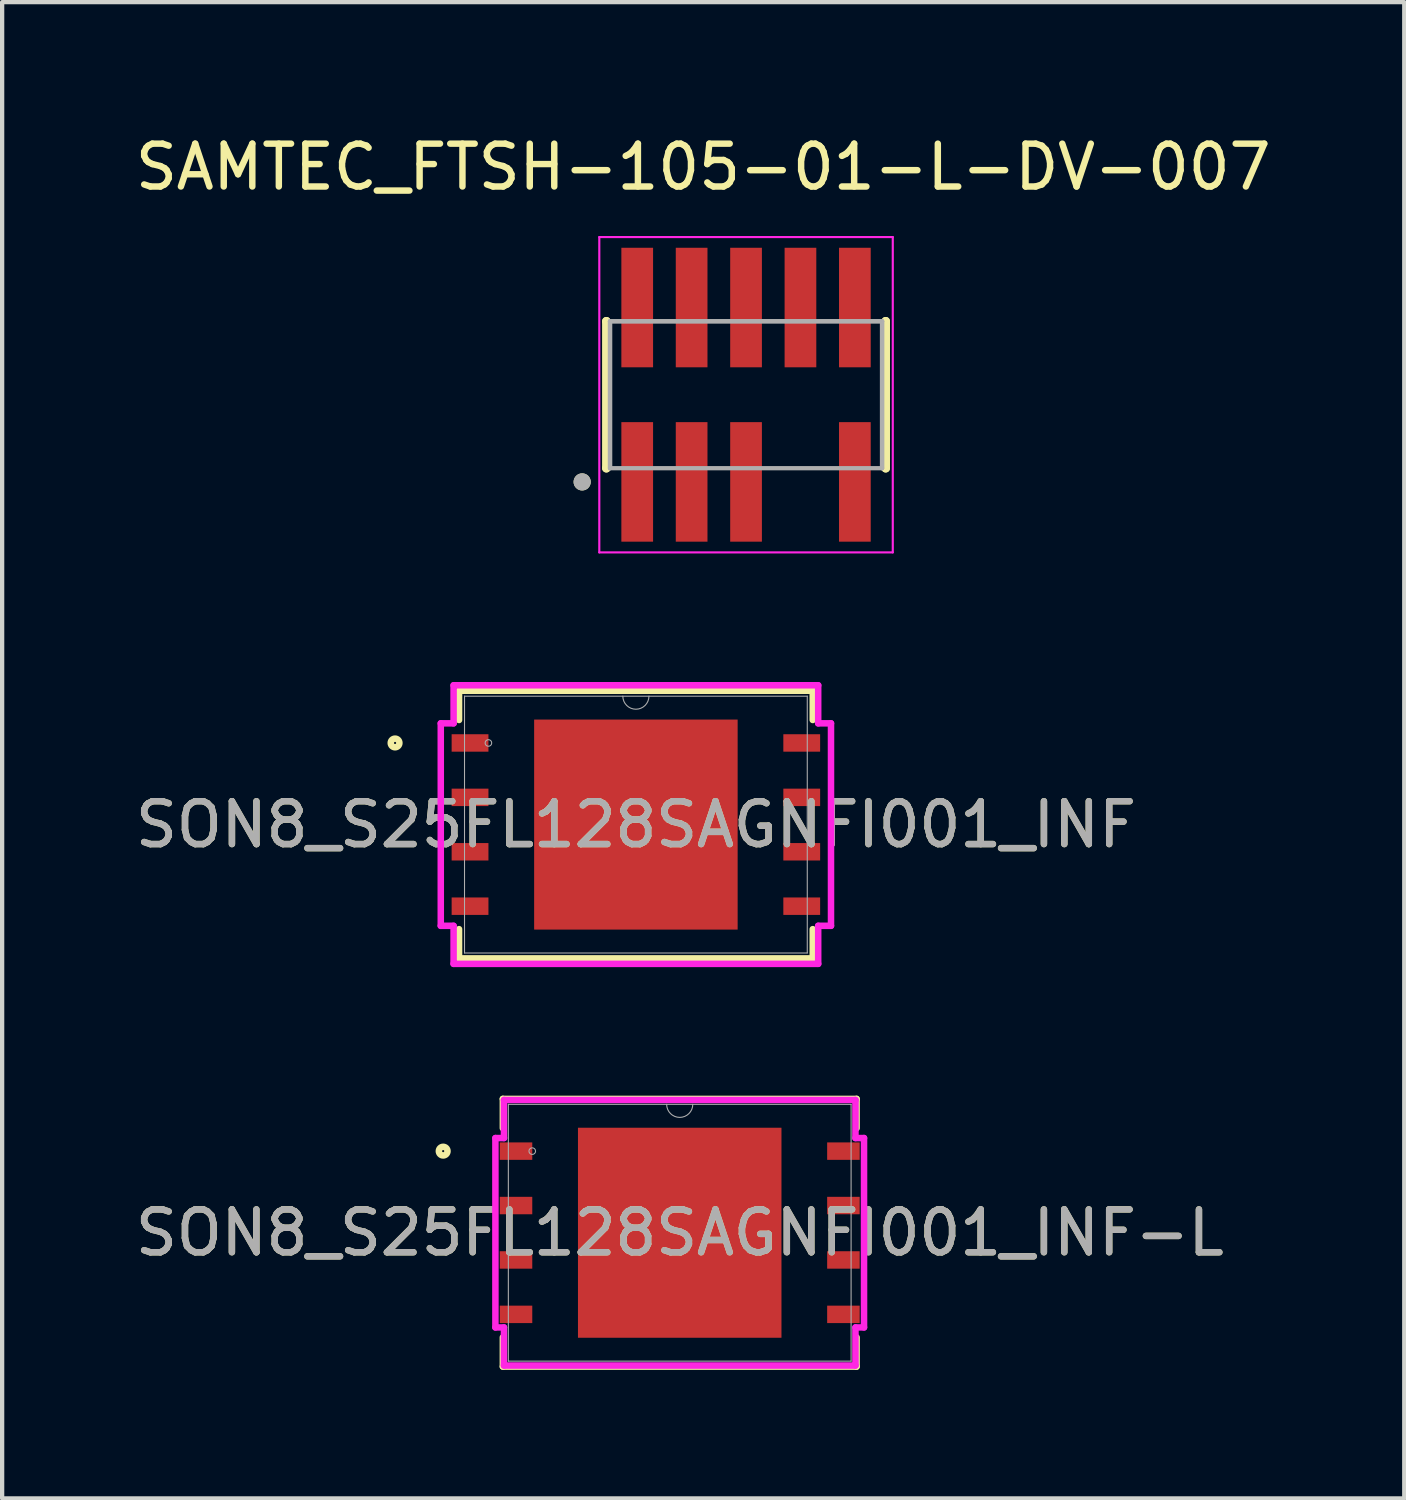
<source format=kicad_pcb>
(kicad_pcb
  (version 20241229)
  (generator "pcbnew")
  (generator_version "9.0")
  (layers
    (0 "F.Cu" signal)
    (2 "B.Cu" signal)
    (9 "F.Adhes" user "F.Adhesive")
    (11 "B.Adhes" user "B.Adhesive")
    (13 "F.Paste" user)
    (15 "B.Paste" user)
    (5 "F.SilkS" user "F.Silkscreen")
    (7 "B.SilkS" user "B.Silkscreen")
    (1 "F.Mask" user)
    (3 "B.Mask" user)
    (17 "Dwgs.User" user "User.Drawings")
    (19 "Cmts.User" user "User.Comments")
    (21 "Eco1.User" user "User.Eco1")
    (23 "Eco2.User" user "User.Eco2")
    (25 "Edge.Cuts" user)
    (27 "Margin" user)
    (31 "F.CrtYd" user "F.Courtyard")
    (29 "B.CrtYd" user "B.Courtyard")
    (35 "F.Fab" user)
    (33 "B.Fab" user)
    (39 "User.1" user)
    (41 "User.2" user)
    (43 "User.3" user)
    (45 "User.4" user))
  (footprint "SON8_S25FL128SAGNFI001_INF"
    (layer "F.Cu")
    (at 11.792 16.196)
    (property "Reference" "SON8_S25FL128SAGNFI001_INF" (at 0 0 0) (unlocked yes) (layer "F.SilkS") (effects (font (size 1 1) (thickness 0.15))))
    (attr smd)
    (fp_line (start -4.128 -3.124) (end -4.128 -2.441) (stroke (width 0.152) (type solid)) (layer "F.SilkS"))
    (fp_line (start -4.128 2.441) (end -4.128 3.124) (stroke (width 0.152) (type solid)) (layer "F.SilkS"))
    (fp_line (start -4.128 3.124) (end 4.128 3.124) (stroke (width 0.152) (type solid)) (layer "F.SilkS"))
    (fp_line (start 4.128 -3.124) (end -4.128 -3.124) (stroke (width 0.152) (type solid)) (layer "F.SilkS"))
    (fp_line (start 4.128 -2.441) (end 4.128 -3.124) (stroke (width 0.152) (type solid)) (layer "F.SilkS"))
    (fp_line (start 4.128 3.124) (end 4.128 2.441) (stroke (width 0.152) (type solid)) (layer "F.SilkS"))
    (fp_circle (center -5.621 -1.905) (end -5.52 -1.905) (stroke (width 0.152) (type solid)) (fill no) (layer "F.SilkS"))
    (fp_poly (pts (xy -2.275 -2.351) (xy -2.275 -0.917) (xy -0.892 -0.917) (xy -0.892 -2.351)) (stroke (width 0) (type solid)) (fill yes) (layer "F.Paste"))
    (fp_poly (pts (xy -2.275 -0.717) (xy -2.275 0.717) (xy -0.892 0.717) (xy -0.892 -0.717)) (stroke (width 0) (type solid)) (fill yes) (layer "F.Paste"))
    (fp_poly (pts (xy -2.275 0.917) (xy -2.275 2.351) (xy -0.892 2.351) (xy -0.892 0.917)) (stroke (width 0) (type solid)) (fill yes) (layer "F.Paste"))
    (fp_poly (pts (xy -0.692 -2.351) (xy -0.692 -0.917) (xy 0.692 -0.917) (xy 0.692 -2.351)) (stroke (width 0) (type solid)) (fill yes) (layer "F.Paste"))
    (fp_poly (pts (xy -0.692 -0.717) (xy -0.692 0.717) (xy 0.692 0.717) (xy 0.692 -0.717)) (stroke (width 0) (type solid)) (fill yes) (layer "F.Paste"))
    (fp_poly (pts (xy -0.692 0.917) (xy -0.692 2.351) (xy 0.692 2.351) (xy 0.692 0.917)) (stroke (width 0) (type solid)) (fill yes) (layer "F.Paste"))
    (fp_poly (pts (xy 0.892 -2.351) (xy 0.892 -0.917) (xy 2.275 -0.917) (xy 2.275 -2.351)) (stroke (width 0) (type solid)) (fill yes) (layer "F.Paste"))
    (fp_poly (pts (xy 0.892 -0.717) (xy 0.892 0.717) (xy 2.275 0.717) (xy 2.275 -0.717)) (stroke (width 0) (type solid)) (fill yes) (layer "F.Paste"))
    (fp_poly (pts (xy 0.892 0.917) (xy 0.892 2.351) (xy 2.275 2.351) (xy 2.275 0.917)) (stroke (width 0) (type solid)) (fill yes) (layer "F.Paste"))
    (fp_line (start -4.554 -2.363) (end -4.255 -2.363) (stroke (width 0.152) (type solid)) (layer "F.CrtYd"))
    (fp_line (start -4.554 2.363) (end -4.554 -2.363) (stroke (width 0.152) (type solid)) (layer "F.CrtYd"))
    (fp_line (start -4.554 2.363) (end -4.255 2.363) (stroke (width 0.152) (type solid)) (layer "F.CrtYd"))
    (fp_line (start -4.255 -3.251) (end 4.255 -3.251) (stroke (width 0.152) (type solid)) (layer "F.CrtYd"))
    (fp_line (start -4.255 -2.363) (end -4.255 -3.251) (stroke (width 0.152) (type solid)) (layer "F.CrtYd"))
    (fp_line (start -4.255 3.251) (end -4.255 2.363) (stroke (width 0.152) (type solid)) (layer "F.CrtYd"))
    (fp_line (start 4.255 -3.251) (end 4.255 -2.363) (stroke (width 0.152) (type solid)) (layer "F.CrtYd"))
    (fp_line (start 4.255 2.363) (end 4.255 3.251) (stroke (width 0.152) (type solid)) (layer "F.CrtYd"))
    (fp_line (start 4.255 3.251) (end -4.255 3.251) (stroke (width 0.152) (type solid)) (layer "F.CrtYd"))
    (fp_line (start 4.554 -2.363) (end 4.255 -2.363) (stroke (width 0.152) (type solid)) (layer "F.CrtYd"))
    (fp_line (start 4.554 -2.363) (end 4.554 2.363) (stroke (width 0.152) (type solid)) (layer "F.CrtYd"))
    (fp_line (start 4.554 2.363) (end 4.255 2.363) (stroke (width 0.152) (type solid)) (layer "F.CrtYd"))
    (fp_line (start -4 -2.997) (end -4 2.997) (stroke (width 0.025) (type solid)) (layer "F.Fab"))
    (fp_line (start -4 2.997) (end 4 2.997) (stroke (width 0.025) (type solid)) (layer "F.Fab"))
    (fp_line (start 4 -2.997) (end -4 -2.997) (stroke (width 0.025) (type solid)) (layer "F.Fab"))
    (fp_line (start 4 2.997) (end 4 -2.997) (stroke (width 0.025) (type solid)) (layer "F.Fab"))
    (fp_arc (start 0.3048 -2.9972) (mid 0 -2.6924) (end -0.3048 -2.9972) (stroke (width 0.0254) (type solid)) (layer "F.Fab"))
    (fp_circle (center -3.442 -1.905) (end -3.365 -1.905) (stroke (width 0.025) (type solid)) (fill no) (layer "F.Fab"))
    (fp_text user "${REFERENCE}" (at 0 0 0) (unlocked yes) (layer "F.Fab") (effects (font (size 1 1) (thickness 0.15))))
    (pad "1" smd rect (at -3.871 -1.905) (size 0.859 0.407) (layers "F.Cu" "F.Mask" "F.Paste"))
    (pad "2" smd rect (at -3.871 -0.635) (size 0.859 0.407) (layers "F.Cu" "F.Mask" "F.Paste"))
    (pad "3" smd rect (at -3.871 0.635) (size 0.859 0.407) (layers "F.Cu" "F.Mask" "F.Paste"))
    (pad "4" smd rect (at -3.871 1.905) (size 0.859 0.407) (layers "F.Cu" "F.Mask" "F.Paste"))
    (pad "5" smd rect (at 3.871 1.905) (size 0.859 0.407) (layers "F.Cu" "F.Mask" "F.Paste"))
    (pad "6" smd rect (at 3.871 0.635) (size 0.859 0.407) (layers "F.Cu" "F.Mask" "F.Paste"))
    (pad "7" smd rect (at 3.871 -0.635) (size 0.859 0.407) (layers "F.Cu" "F.Mask" "F.Paste"))
    (pad "8" smd rect (at 3.871 -1.905) (size 0.859 0.407) (layers "F.Cu" "F.Mask" "F.Paste"))
    (pad "9" smd rect (at 0 0) (size 4.75 4.902) (layers "F.Cu" "F.Mask" "F.Paste")))
  (footprint "SON8_S25FL128SAGNFI001_INF-L"
    (layer "F.Cu")
    (at 12.815 25.723)
    (property "Reference" "SON8_S25FL128SAGNFI001_INF-L" (at 0 0 0) (unlocked yes) (layer "F.SilkS") (effects (font (size 1 1) (thickness 0.15))))
    (attr smd)
    (fp_line (start -4.128 -3.124) (end -4.128 -2.441) (stroke (width 0.152) (type solid)) (layer "F.SilkS"))
    (fp_line (start -4.128 2.441) (end -4.128 3.124) (stroke (width 0.152) (type solid)) (layer "F.SilkS"))
    (fp_line (start -4.128 3.124) (end 4.128 3.124) (stroke (width 0.152) (type solid)) (layer "F.SilkS"))
    (fp_line (start 4.128 -3.124) (end -4.128 -3.124) (stroke (width 0.152) (type solid)) (layer "F.SilkS"))
    (fp_line (start 4.128 -2.441) (end 4.128 -3.124) (stroke (width 0.152) (type solid)) (layer "F.SilkS"))
    (fp_line (start 4.128 3.124) (end 4.128 2.441) (stroke (width 0.152) (type solid)) (layer "F.SilkS"))
    (fp_circle (center -5.521 -1.905) (end -5.42 -1.905) (stroke (width 0.152) (type solid)) (fill no) (layer "F.SilkS"))
    (fp_poly (pts (xy -2.275 -2.351) (xy -2.275 -0.917) (xy -0.892 -0.917) (xy -0.892 -2.351)) (stroke (width 0) (type solid)) (fill yes) (layer "F.Paste"))
    (fp_poly (pts (xy -2.275 -0.717) (xy -2.275 0.717) (xy -0.892 0.717) (xy -0.892 -0.717)) (stroke (width 0) (type solid)) (fill yes) (layer "F.Paste"))
    (fp_poly (pts (xy -2.275 0.917) (xy -2.275 2.351) (xy -0.892 2.351) (xy -0.892 0.917)) (stroke (width 0) (type solid)) (fill yes) (layer "F.Paste"))
    (fp_poly (pts (xy -0.692 -2.351) (xy -0.692 -0.917) (xy 0.692 -0.917) (xy 0.692 -2.351)) (stroke (width 0) (type solid)) (fill yes) (layer "F.Paste"))
    (fp_poly (pts (xy -0.692 -0.717) (xy -0.692 0.717) (xy 0.692 0.717) (xy 0.692 -0.717)) (stroke (width 0) (type solid)) (fill yes) (layer "F.Paste"))
    (fp_poly (pts (xy -0.692 0.917) (xy -0.692 2.351) (xy 0.692 2.351) (xy 0.692 0.917)) (stroke (width 0) (type solid)) (fill yes) (layer "F.Paste"))
    (fp_poly (pts (xy 0.892 -2.351) (xy 0.892 -0.917) (xy 2.275 -0.917) (xy 2.275 -2.351)) (stroke (width 0) (type solid)) (fill yes) (layer "F.Paste"))
    (fp_poly (pts (xy 0.892 -0.717) (xy 0.892 0.717) (xy 2.275 0.717) (xy 2.275 -0.717)) (stroke (width 0) (type solid)) (fill yes) (layer "F.Paste"))
    (fp_poly (pts (xy 0.892 0.917) (xy 0.892 2.351) (xy 2.275 2.351) (xy 2.275 0.917)) (stroke (width 0) (type solid)) (fill yes) (layer "F.Paste"))
    (fp_line (start -4.302 -2.21) (end -4.102 -2.21) (stroke (width 0.152) (type solid)) (layer "F.CrtYd"))
    (fp_line (start -4.302 2.21) (end -4.302 -2.21) (stroke (width 0.152) (type solid)) (layer "F.CrtYd"))
    (fp_line (start -4.302 2.21) (end -4.102 2.21) (stroke (width 0.152) (type solid)) (layer "F.CrtYd"))
    (fp_line (start -4.102 -3.099) (end 4.102 -3.099) (stroke (width 0.152) (type solid)) (layer "F.CrtYd"))
    (fp_line (start -4.102 -2.21) (end -4.102 -3.099) (stroke (width 0.152) (type solid)) (layer "F.CrtYd"))
    (fp_line (start -4.102 3.099) (end -4.102 2.21) (stroke (width 0.152) (type solid)) (layer "F.CrtYd"))
    (fp_line (start 4.102 -3.099) (end 4.102 -2.21) (stroke (width 0.152) (type solid)) (layer "F.CrtYd"))
    (fp_line (start 4.102 2.21) (end 4.102 3.099) (stroke (width 0.152) (type solid)) (layer "F.CrtYd"))
    (fp_line (start 4.102 3.099) (end -4.102 3.099) (stroke (width 0.152) (type solid)) (layer "F.CrtYd"))
    (fp_line (start 4.302 -2.21) (end 4.102 -2.21) (stroke (width 0.152) (type solid)) (layer "F.CrtYd"))
    (fp_line (start 4.302 -2.21) (end 4.302 2.21) (stroke (width 0.152) (type solid)) (layer "F.CrtYd"))
    (fp_line (start 4.302 2.21) (end 4.102 2.21) (stroke (width 0.152) (type solid)) (layer "F.CrtYd"))
    (fp_line (start -4 -2.997) (end -4 2.997) (stroke (width 0.025) (type solid)) (layer "F.Fab"))
    (fp_line (start -4 2.997) (end 4 2.997) (stroke (width 0.025) (type solid)) (layer "F.Fab"))
    (fp_line (start 4 -2.997) (end -4 -2.997) (stroke (width 0.025) (type solid)) (layer "F.Fab"))
    (fp_line (start 4 2.997) (end 4 -2.997) (stroke (width 0.025) (type solid)) (layer "F.Fab"))
    (fp_arc (start 0.3048 -2.9972) (mid 0 -2.6924) (end -0.3048 -2.9972) (stroke (width 0.0254) (type solid)) (layer "F.Fab"))
    (fp_circle (center -3.442 -1.905) (end -3.365 -1.905) (stroke (width 0.025) (type solid)) (fill no) (layer "F.Fab"))
    (fp_text user "${REFERENCE}" (at 0 0 0) (unlocked yes) (layer "F.Fab") (effects (font (size 1 1) (thickness 0.15))))
    (pad "1" smd rect (at -3.821 -1.905) (size 0.759 0.407) (layers "F.Cu" "F.Mask" "F.Paste"))
    (pad "2" smd rect (at -3.821 -0.635) (size 0.759 0.407) (layers "F.Cu" "F.Mask" "F.Paste"))
    (pad "3" smd rect (at -3.821 0.635) (size 0.759 0.407) (layers "F.Cu" "F.Mask" "F.Paste"))
    (pad "4" smd rect (at -3.821 1.905) (size 0.759 0.407) (layers "F.Cu" "F.Mask" "F.Paste"))
    (pad "5" smd rect (at 3.821 1.905) (size 0.759 0.407) (layers "F.Cu" "F.Mask" "F.Paste"))
    (pad "6" smd rect (at 3.821 0.635) (size 0.759 0.407) (layers "F.Cu" "F.Mask" "F.Paste"))
    (pad "7" smd rect (at 3.821 -0.635) (size 0.759 0.407) (layers "F.Cu" "F.Mask" "F.Paste"))
    (pad "8" smd rect (at 3.821 -1.905) (size 0.759 0.407) (layers "F.Cu" "F.Mask" "F.Paste"))
    (pad "9" smd rect (at 0 0) (size 4.75 4.902) (layers "F.Cu" "F.Mask" "F.Paste")))
  (footprint "SAMTEC_FTSH-105-01-L-DV-007"
    (layer "F.Cu")
    (at 14.363 6.163)
    (property "Reference" "SAMTEC_FTSH-105-01-L-DV-007" (at -1 -5.315 0) (layer "F.SilkS") (effects (font (size 1 1) (thickness 0.15))))
    (attr smd)
    (fp_line (start -3.26 -1.715) (end -3.26 -1.715) (stroke (width 0.2) (type solid)) (layer "F.SilkS"))
    (fp_line (start -3.26 1.715) (end -3.26 -1.715) (stroke (width 0.2) (type solid)) (layer "F.SilkS"))
    (fp_line (start -3.26 1.715) (end -3.26 1.715) (stroke (width 0.2) (type solid)) (layer "F.SilkS"))
    (fp_line (start 3.26 -1.715) (end 3.26 -1.715) (stroke (width 0.2) (type solid)) (layer "F.SilkS"))
    (fp_line (start 3.26 -1.715) (end 3.26 1.715) (stroke (width 0.2) (type solid)) (layer "F.SilkS"))
    (fp_line (start 3.26 1.715) (end 3.26 1.715) (stroke (width 0.2) (type solid)) (layer "F.SilkS"))
    (fp_circle (center -3.825 2.035) (end -3.725 2.035) (stroke (width 0.2) (type solid)) (fill no) (layer "F.SilkS"))
    (fp_line (start -3.425 -3.68) (end 3.425 -3.68) (stroke (width 0.05) (type solid)) (layer "F.CrtYd"))
    (fp_line (start -3.425 3.68) (end -3.425 -3.68) (stroke (width 0.05) (type solid)) (layer "F.CrtYd"))
    (fp_line (start 3.425 -3.68) (end 3.425 3.68) (stroke (width 0.05) (type solid)) (layer "F.CrtYd"))
    (fp_line (start 3.425 3.68) (end -3.425 3.68) (stroke (width 0.05) (type solid)) (layer "F.CrtYd"))
    (fp_line (start -3.175 -1.715) (end 3.175 -1.715) (stroke (width 0.1) (type solid)) (layer "F.Fab"))
    (fp_line (start -3.175 -1.715) (end 3.175 -1.715) (stroke (width 0.1) (type solid)) (layer "F.Fab"))
    (fp_line (start -3.175 1.715) (end -3.175 -1.715) (stroke (width 0.1) (type solid)) (layer "F.Fab"))
    (fp_line (start -3.175 1.715) (end -3.175 -1.715) (stroke (width 0.1) (type solid)) (layer "F.Fab"))
    (fp_line (start 3.175 -1.715) (end 3.175 1.715) (stroke (width 0.1) (type solid)) (layer "F.Fab"))
    (fp_line (start 3.175 -1.715) (end 3.175 1.715) (stroke (width 0.1) (type solid)) (layer "F.Fab"))
    (fp_line (start 3.175 1.715) (end -3.175 1.715) (stroke (width 0.1) (type solid)) (layer "F.Fab"))
    (fp_circle (center -3.825 2.035) (end -3.725 2.035) (stroke (width 0.2) (type solid)) (fill no) (layer "F.Fab"))
    (pad "01" smd rect (at -2.54 2.035) (size 0.74 2.79) (layers "F.Cu" "F.Mask" "F.Paste"))
    (pad "02" smd rect (at -2.54 -2.035) (size 0.74 2.79) (layers "F.Cu" "F.Mask" "F.Paste"))
    (pad "03" smd rect (at -1.27 2.035) (size 0.74 2.79) (layers "F.Cu" "F.Mask" "F.Paste"))
    (pad "04" smd rect (at -1.27 -2.035) (size 0.74 2.79) (layers "F.Cu" "F.Mask" "F.Paste"))
    (pad "05" smd rect (at 0 2.035) (size 0.74 2.79) (layers "F.Cu" "F.Mask" "F.Paste"))
    (pad "06" smd rect (at 0 -2.035) (size 0.74 2.79) (layers "F.Cu" "F.Mask" "F.Paste"))
    (pad "08" smd rect (at 1.27 -2.035) (size 0.74 2.79) (layers "F.Cu" "F.Mask" "F.Paste"))
    (pad "09" smd rect (at 2.54 2.035) (size 0.74 2.79) (layers "F.Cu" "F.Mask" "F.Paste"))
    (pad "10" smd rect (at 2.54 -2.035) (size 0.74 2.79) (layers "F.Cu" "F.Mask" "F.Paste")))
  (gr_rect
    (start -3 -3)
    (end 29.726 31.924)
    (stroke (width 0.1) (type default))
    (fill no)
    (layer "Edge.Cuts")))
</source>
